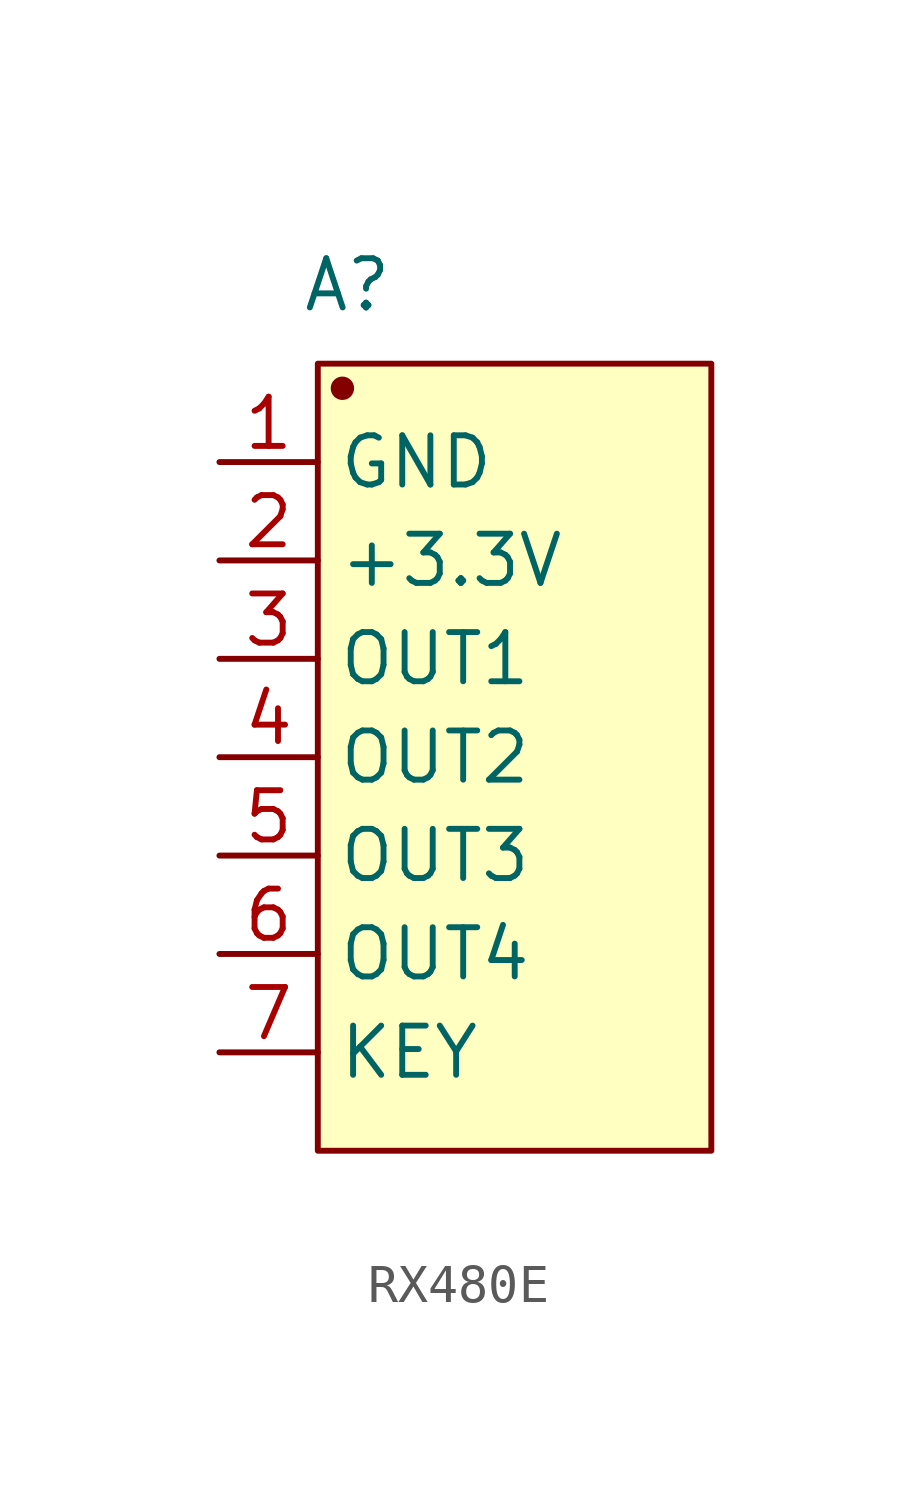
<source format=kicad_sym>
(kicad_symbol_lib
  (version 20231120)
  (generator "kicad_symbol_editor")
  (generator_version "8.0")
  (symbol "RX480E"
    (property "Reference" "A"
      (at 0.762 22.352 0)
      (effects (font (size 1.27 1.27))))
    (property "Value" ""
      (at 0 0 0)
      (effects (font (size 1.27 1.27))))
    (symbol "RX480E_1_1"
      (rectangle (start 0 20.32) (end 10.16 0) (stroke (width 0) (type default)) (fill (type background)))
      (circle (center 0.635 19.685) (radius 0.226) (stroke (width 0) (type default)) (fill (type outline)))
      (pin input line (at -2.54 17.78 0) (length 2.54) (name "GND" (effects (font (size 1.27 1.27)))) (number "1" (effects (font (size 1.27 1.27)))))
      (pin input line (at -2.54 15.24 0) (length 2.54) (name "+3.3V" (effects (font (size 1.27 1.27)))) (number "2" (effects (font (size 1.27 1.27)))))
      (pin input line (at -2.54 12.7 0) (length 2.54) (name "OUT1" (effects (font (size 1.27 1.27)))) (number "3" (effects (font (size 1.27 1.27)))))
      (pin input line (at -2.54 10.16 0) (length 2.54) (name "OUT2" (effects (font (size 1.27 1.27)))) (number "4" (effects (font (size 1.27 1.27)))))
      (pin input line (at -2.54 7.62 0) (length 2.54) (name "OUT3" (effects (font (size 1.27 1.27)))) (number "5" (effects (font (size 1.27 1.27)))))
      (pin input line (at -2.54 5.08 0) (length 2.54) (name "OUT4" (effects (font (size 1.27 1.27)))) (number "6" (effects (font (size 1.27 1.27)))))
      (pin input line (at -2.54 2.54 0) (length 2.54) (name "KEY" (effects (font (size 1.27 1.27)))) (number "7" (effects (font (size 1.27 1.27))))))))
</source>
